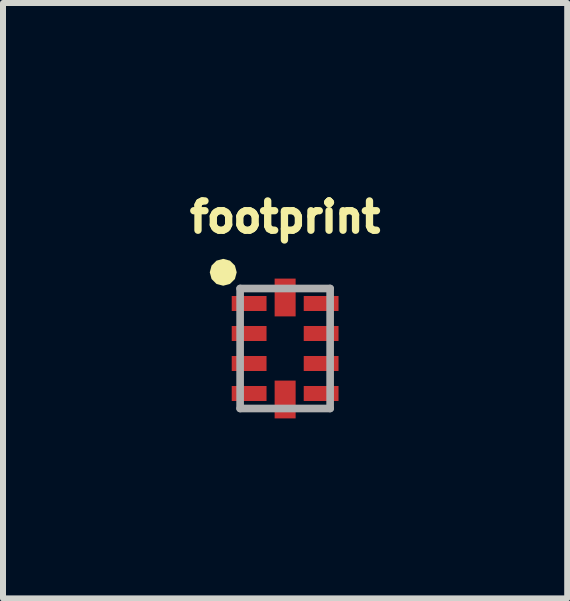
<source format=kicad_pcb>
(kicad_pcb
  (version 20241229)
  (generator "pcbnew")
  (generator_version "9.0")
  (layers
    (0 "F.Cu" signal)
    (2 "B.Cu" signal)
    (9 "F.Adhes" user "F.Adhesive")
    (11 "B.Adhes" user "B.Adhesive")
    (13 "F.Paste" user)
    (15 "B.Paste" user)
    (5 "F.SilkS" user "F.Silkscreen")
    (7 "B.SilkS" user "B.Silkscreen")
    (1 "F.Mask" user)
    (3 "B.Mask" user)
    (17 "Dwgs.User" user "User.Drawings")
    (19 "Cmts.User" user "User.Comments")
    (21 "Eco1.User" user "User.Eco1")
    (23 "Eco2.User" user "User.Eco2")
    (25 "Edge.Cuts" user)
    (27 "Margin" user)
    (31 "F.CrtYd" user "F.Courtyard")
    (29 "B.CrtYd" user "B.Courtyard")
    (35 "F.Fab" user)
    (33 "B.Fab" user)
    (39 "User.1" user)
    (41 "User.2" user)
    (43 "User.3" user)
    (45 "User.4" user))
  (footprint "footprint"
    (layer "F.Cu")
    (at 1.702 2.758)
    (property "Reference" "footprint" (at 0 -1.905 0) (layer "F.SilkS") (effects (font (size 0.488 0.488) (thickness 0.122)) (justify bottom)))
    (fp_poly (pts (xy -0.92 -1.464) (xy -0.837 -1.382) (xy -0.807 -1.27) (xy -0.837 -1.158) (xy -0.92 -1.076) (xy -1.032 -1.046) (xy -1.144 -1.076) (xy -1.226 -1.158) (xy -1.256 -1.27) (xy -1.226 -1.382) (xy -1.144 -1.464) (xy -1.032 -1.494)) (stroke (width 0) (type solid)) (fill yes) (layer "F.SilkS"))
    (fp_line (start -0.75 -1) (end 0.75 -1) (stroke (width 0.127) (type solid)) (layer "F.Fab"))
    (fp_line (start -0.75 1) (end -0.75 -1) (stroke (width 0.127) (type solid)) (layer "F.Fab"))
    (fp_line (start 0.75 -1) (end 0.75 1) (stroke (width 0.127) (type solid)) (layer "F.Fab"))
    (fp_line (start 0.75 1) (end -0.75 1) (stroke (width 0.127) (type solid)) (layer "F.Fab"))
    (pad "1" smd rect (at -0.6 -0.75) (size 0.58 0.25) (layers "F.Cu" "F.Mask" "F.Paste"))
    (pad "2" smd rect (at -0.6 -0.25) (size 0.58 0.25) (layers "F.Cu" "F.Mask" "F.Paste"))
    (pad "3" smd rect (at -0.6 0.25) (size 0.58 0.25) (layers "F.Cu" "F.Mask" "F.Paste"))
    (pad "4" smd rect (at -0.6 0.75) (size 0.58 0.25) (layers "F.Cu" "F.Mask" "F.Paste"))
    (pad "5" smd rect (at 0 0.85 90) (size 0.63 0.35) (layers "F.Cu" "F.Mask" "F.Paste"))
    (pad "6" smd rect (at 0.6 0.75) (size 0.58 0.25) (layers "F.Cu" "F.Mask" "F.Paste"))
    (pad "7" smd rect (at 0.6 0.25) (size 0.58 0.25) (layers "F.Cu" "F.Mask" "F.Paste"))
    (pad "8" smd rect (at 0.6 -0.25) (size 0.58 0.25) (layers "F.Cu" "F.Mask" "F.Paste"))
    (pad "9" smd rect (at 0.6 -0.75) (size 0.58 0.25) (layers "F.Cu" "F.Mask" "F.Paste"))
    (pad "10" smd rect (at 0 -0.85 90) (size 0.63 0.35) (layers "F.Cu" "F.Mask" "F.Paste")))
  (gr_rect
    (start -3 -3)
    (end 6.403 6.923)
    (stroke (width 0.1) (type default))
    (fill no)
    (layer "Edge.Cuts")))
</source>
